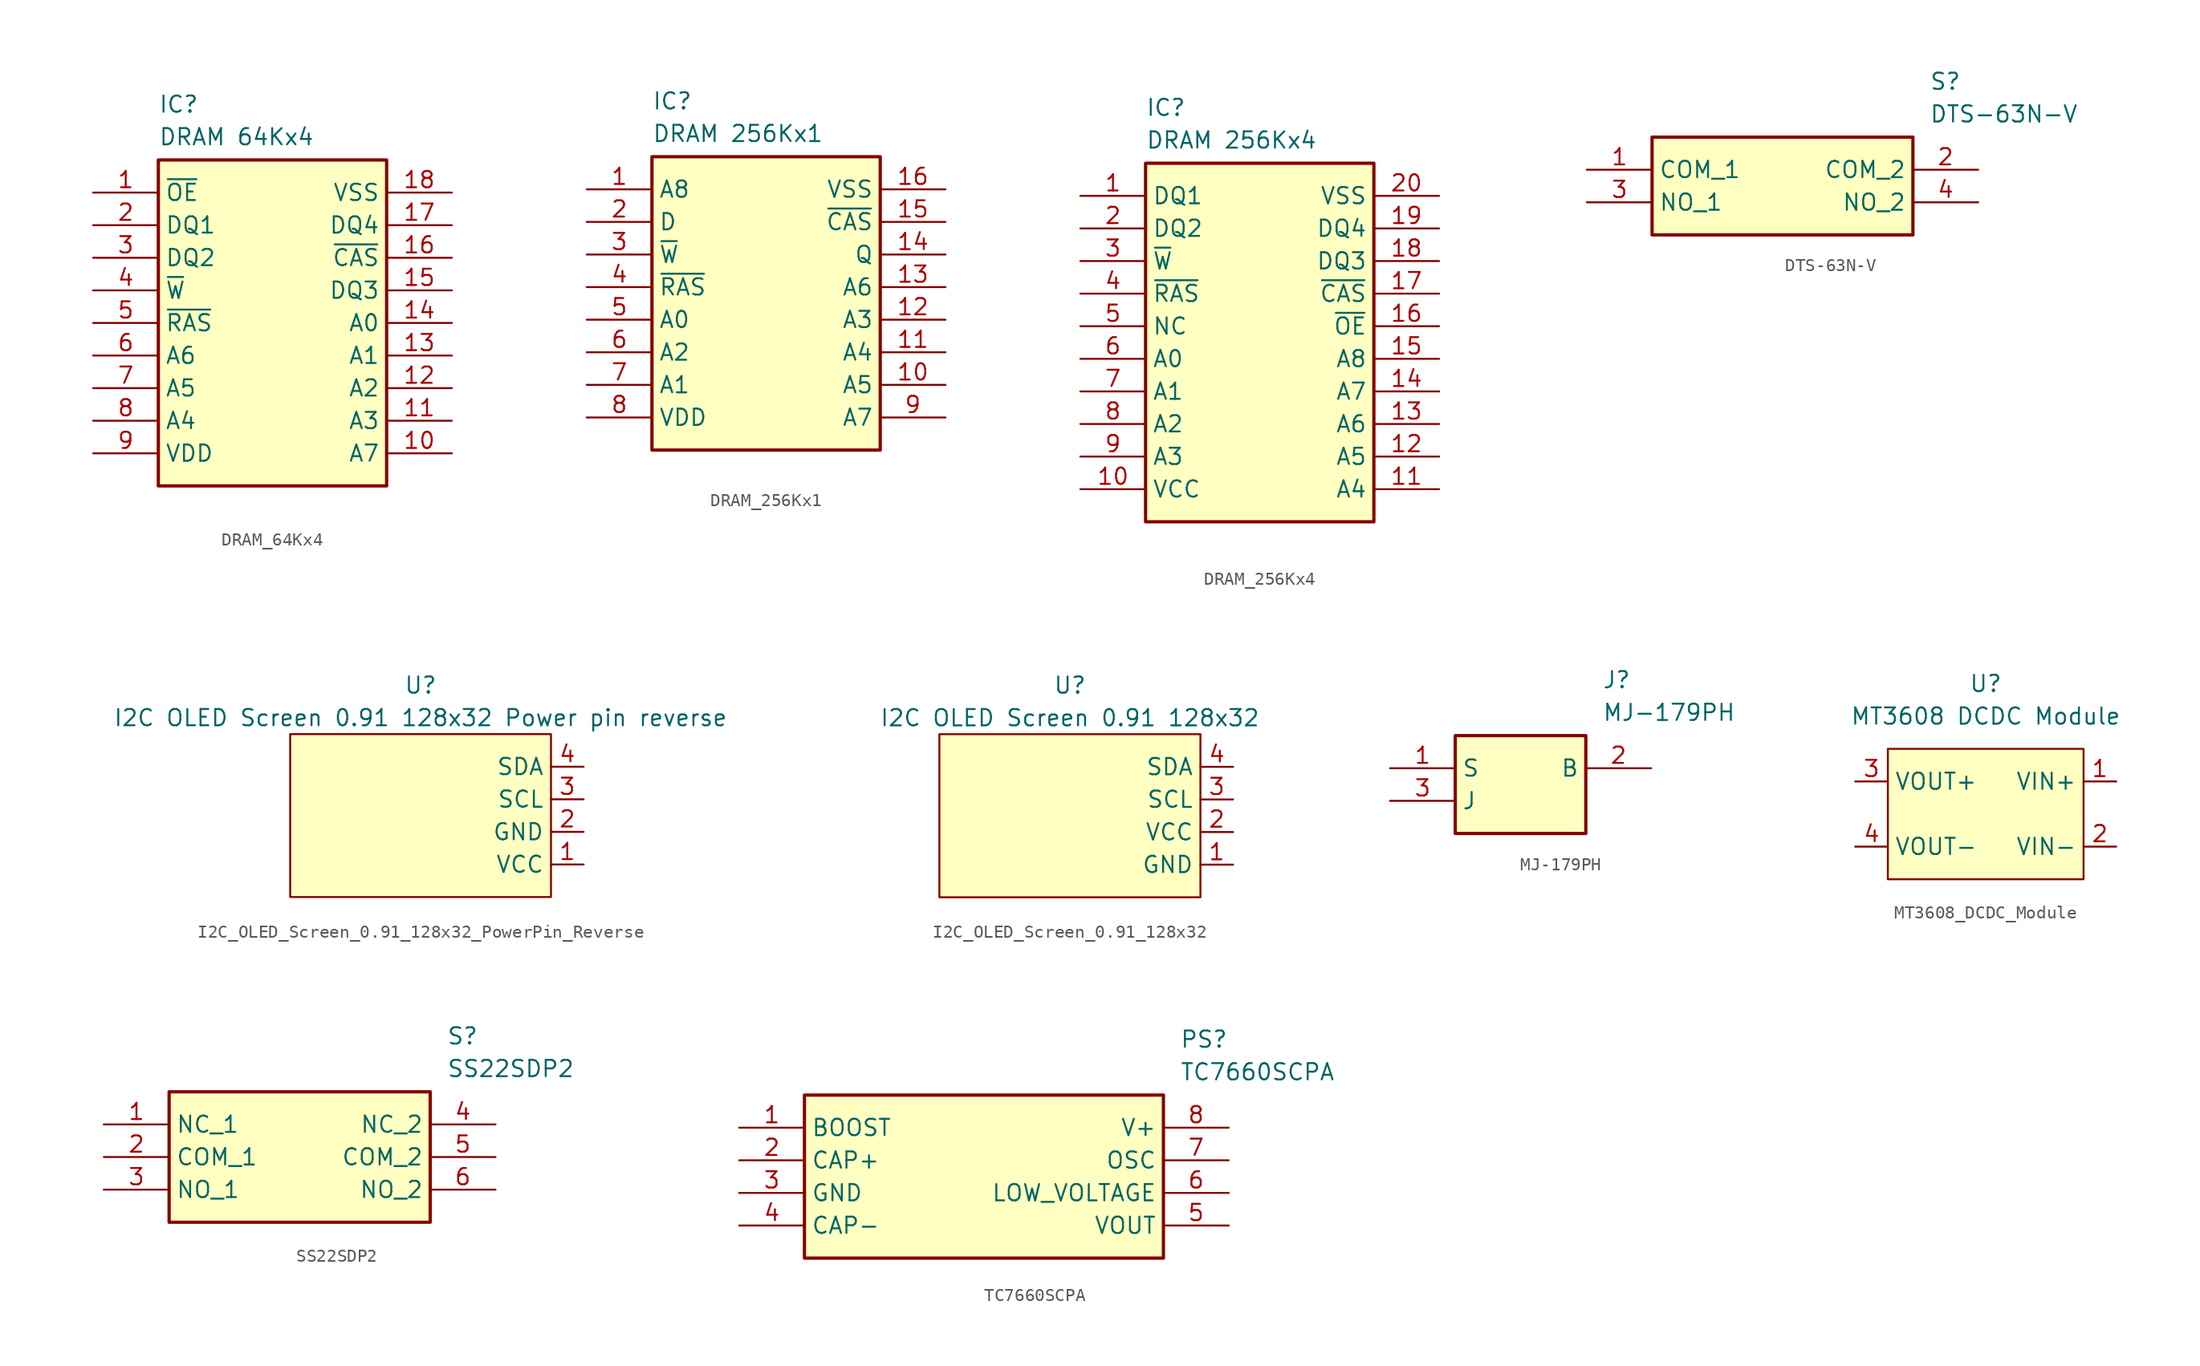
<source format=kicad_sym>
(kicad_symbol_lib
  (version 20220914)
  (generator kicad_symbol_editor)
  (symbol "DRAM_64Kx4"
    (property "Reference" "IC"
      (at -8.89 17.78 0)
      (effects (font (size 1.27 1.27)) (justify left top)))
    (property "Value" "DRAM 64Kx4"
      (at -8.89 15.24 0)
      (effects (font (size 1.27 1.27)) (justify left top)))
    (symbol "DRAM_64Kx4_1_1"
      (rectangle (start -8.89 12.7) (end 8.89 -12.7) (stroke (width 0.254) (type default)) (fill (type background)))
      (pin passive line (at -13.97 10.16 0) (length 5.08) (name "~{OE}" (effects (font (size 1.27 1.27)))) (number "1" (effects (font (size 1.27 1.27)))))
      (pin passive line (at 13.97 -10.16 180) (length 5.08) (name "A7" (effects (font (size 1.27 1.27)))) (number "10" (effects (font (size 1.27 1.27)))))
      (pin passive line (at 13.97 -7.62 180) (length 5.08) (name "A3" (effects (font (size 1.27 1.27)))) (number "11" (effects (font (size 1.27 1.27)))))
      (pin passive line (at 13.97 -5.08 180) (length 5.08) (name "A2" (effects (font (size 1.27 1.27)))) (number "12" (effects (font (size 1.27 1.27)))))
      (pin passive line (at 13.97 -2.54 180) (length 5.08) (name "A1" (effects (font (size 1.27 1.27)))) (number "13" (effects (font (size 1.27 1.27)))))
      (pin passive line (at 13.97 0 180) (length 5.08) (name "A0" (effects (font (size 1.27 1.27)))) (number "14" (effects (font (size 1.27 1.27)))))
      (pin passive line (at 13.97 2.54 180) (length 5.08) (name "DQ3" (effects (font (size 1.27 1.27)))) (number "15" (effects (font (size 1.27 1.27)))))
      (pin passive line (at 13.97 5.08 180) (length 5.08) (name "~{CAS}" (effects (font (size 1.27 1.27)))) (number "16" (effects (font (size 1.27 1.27)))))
      (pin passive line (at 13.97 7.62 180) (length 5.08) (name "DQ4" (effects (font (size 1.27 1.27)))) (number "17" (effects (font (size 1.27 1.27)))))
      (pin power_in line (at 13.97 10.16 180) (length 5.08) (name "VSS" (effects (font (size 1.27 1.27)))) (number "18" (effects (font (size 1.27 1.27)))))
      (pin passive line (at -13.97 7.62 0) (length 5.08) (name "DQ1" (effects (font (size 1.27 1.27)))) (number "2" (effects (font (size 1.27 1.27)))))
      (pin passive line (at -13.97 5.08 0) (length 5.08) (name "DQ2" (effects (font (size 1.27 1.27)))) (number "3" (effects (font (size 1.27 1.27)))))
      (pin passive line (at -13.97 2.54 0) (length 5.08) (name "~{W}" (effects (font (size 1.27 1.27)))) (number "4" (effects (font (size 1.27 1.27)))))
      (pin passive line (at -13.97 0 0) (length 5.08) (name "~{RAS}" (effects (font (size 1.27 1.27)))) (number "5" (effects (font (size 1.27 1.27)))))
      (pin passive line (at -13.97 -2.54 0) (length 5.08) (name "A6" (effects (font (size 1.27 1.27)))) (number "6" (effects (font (size 1.27 1.27)))))
      (pin passive line (at -13.97 -5.08 0) (length 5.08) (name "A5" (effects (font (size 1.27 1.27)))) (number "7" (effects (font (size 1.27 1.27)))))
      (pin passive line (at -13.97 -7.62 0) (length 5.08) (name "A4" (effects (font (size 1.27 1.27)))) (number "8" (effects (font (size 1.27 1.27)))))
      (pin power_in line (at -13.97 -10.16 0) (length 5.08) (name "VDD" (effects (font (size 1.27 1.27)))) (number "9" (effects (font (size 1.27 1.27)))))))
  (symbol "DRAM_256Kx1"
    (property "Reference" "IC"
      (at -8.89 16.51 0)
      (effects (font (size 1.27 1.27)) (justify left top)))
    (property "Value" "DRAM 256Kx1"
      (at -8.89 13.97 0)
      (effects (font (size 1.27 1.27)) (justify left top)))
    (symbol "DRAM_256Kx1_1_1"
      (rectangle (start -8.89 11.43) (end 8.89 -11.43) (stroke (width 0.254) (type default)) (fill (type background)))
      (pin passive line (at -13.97 8.89 0) (length 5.08) (name "A8" (effects (font (size 1.27 1.27)))) (number "1" (effects (font (size 1.27 1.27)))))
      (pin passive line (at 13.97 -6.35 180) (length 5.08) (name "A5" (effects (font (size 1.27 1.27)))) (number "10" (effects (font (size 1.27 1.27)))))
      (pin passive line (at 13.97 -3.81 180) (length 5.08) (name "A4" (effects (font (size 1.27 1.27)))) (number "11" (effects (font (size 1.27 1.27)))))
      (pin passive line (at 13.97 -1.27 180) (length 5.08) (name "A3" (effects (font (size 1.27 1.27)))) (number "12" (effects (font (size 1.27 1.27)))))
      (pin passive line (at 13.97 1.27 180) (length 5.08) (name "A6" (effects (font (size 1.27 1.27)))) (number "13" (effects (font (size 1.27 1.27)))))
      (pin passive line (at 13.97 3.81 180) (length 5.08) (name "Q" (effects (font (size 1.27 1.27)))) (number "14" (effects (font (size 1.27 1.27)))))
      (pin passive line (at 13.97 6.35 180) (length 5.08) (name "~{CAS}" (effects (font (size 1.27 1.27)))) (number "15" (effects (font (size 1.27 1.27)))))
      (pin power_in line (at 13.97 8.89 180) (length 5.08) (name "VSS" (effects (font (size 1.27 1.27)))) (number "16" (effects (font (size 1.27 1.27)))))
      (pin passive line (at -13.97 6.35 0) (length 5.08) (name "D" (effects (font (size 1.27 1.27)))) (number "2" (effects (font (size 1.27 1.27)))))
      (pin passive line (at -13.97 3.81 0) (length 5.08) (name "~{W}" (effects (font (size 1.27 1.27)))) (number "3" (effects (font (size 1.27 1.27)))))
      (pin passive line (at -13.97 1.27 0) (length 5.08) (name "~{RAS}" (effects (font (size 1.27 1.27)))) (number "4" (effects (font (size 1.27 1.27)))))
      (pin passive line (at -13.97 -1.27 0) (length 5.08) (name "A0" (effects (font (size 1.27 1.27)))) (number "5" (effects (font (size 1.27 1.27)))))
      (pin passive line (at -13.97 -3.81 0) (length 5.08) (name "A2" (effects (font (size 1.27 1.27)))) (number "6" (effects (font (size 1.27 1.27)))))
      (pin passive line (at -13.97 -6.35 0) (length 5.08) (name "A1" (effects (font (size 1.27 1.27)))) (number "7" (effects (font (size 1.27 1.27)))))
      (pin power_in line (at -13.97 -8.89 0) (length 5.08) (name "VDD" (effects (font (size 1.27 1.27)))) (number "8" (effects (font (size 1.27 1.27)))))
      (pin passive line (at 13.97 -8.89 180) (length 5.08) (name "A7" (effects (font (size 1.27 1.27)))) (number "9" (effects (font (size 1.27 1.27)))))))
  (symbol "DRAM_256Kx4"
    (property "Reference" "IC"
      (at -8.89 19.05 0)
      (effects (font (size 1.27 1.27)) (justify left top)))
    (property "Value" "DRAM 256Kx4"
      (at -8.89 16.51 0)
      (effects (font (size 1.27 1.27)) (justify left top)))
    (symbol "DRAM_256Kx4_1_1"
      (rectangle (start -8.89 13.97) (end 8.89 -13.97) (stroke (width 0.254) (type default)) (fill (type background)))
      (pin passive line (at -13.97 11.43 0) (length 5.08) (name "DQ1" (effects (font (size 1.27 1.27)))) (number "1" (effects (font (size 1.27 1.27)))))
      (pin power_in line (at -13.97 -11.43 0) (length 5.08) (name "VCC" (effects (font (size 1.27 1.27)))) (number "10" (effects (font (size 1.27 1.27)))))
      (pin passive line (at 13.97 -11.43 180) (length 5.08) (name "A4" (effects (font (size 1.27 1.27)))) (number "11" (effects (font (size 1.27 1.27)))))
      (pin passive line (at 13.97 -8.89 180) (length 5.08) (name "A5" (effects (font (size 1.27 1.27)))) (number "12" (effects (font (size 1.27 1.27)))))
      (pin passive line (at 13.97 -6.35 180) (length 5.08) (name "A6" (effects (font (size 1.27 1.27)))) (number "13" (effects (font (size 1.27 1.27)))))
      (pin passive line (at 13.97 -3.81 180) (length 5.08) (name "A7" (effects (font (size 1.27 1.27)))) (number "14" (effects (font (size 1.27 1.27)))))
      (pin passive line (at 13.97 -1.27 180) (length 5.08) (name "A8" (effects (font (size 1.27 1.27)))) (number "15" (effects (font (size 1.27 1.27)))))
      (pin passive line (at 13.97 1.27 180) (length 5.08) (name "~{OE}" (effects (font (size 1.27 1.27)))) (number "16" (effects (font (size 1.27 1.27)))))
      (pin passive line (at 13.97 3.81 180) (length 5.08) (name "~{CAS}" (effects (font (size 1.27 1.27)))) (number "17" (effects (font (size 1.27 1.27)))))
      (pin passive line (at 13.97 6.35 180) (length 5.08) (name "DQ3" (effects (font (size 1.27 1.27)))) (number "18" (effects (font (size 1.27 1.27)))))
      (pin passive line (at 13.97 8.89 180) (length 5.08) (name "DQ4" (effects (font (size 1.27 1.27)))) (number "19" (effects (font (size 1.27 1.27)))))
      (pin passive line (at -13.97 8.89 0) (length 5.08) (name "DQ2" (effects (font (size 1.27 1.27)))) (number "2" (effects (font (size 1.27 1.27)))))
      (pin power_in line (at 13.97 11.43 180) (length 5.08) (name "VSS" (effects (font (size 1.27 1.27)))) (number "20" (effects (font (size 1.27 1.27)))))
      (pin passive line (at -13.97 6.35 0) (length 5.08) (name "~{W}" (effects (font (size 1.27 1.27)))) (number "3" (effects (font (size 1.27 1.27)))))
      (pin passive line (at -13.97 3.81 0) (length 5.08) (name "~{RAS}" (effects (font (size 1.27 1.27)))) (number "4" (effects (font (size 1.27 1.27)))))
      (pin passive line (at -13.97 1.27 0) (length 5.08) (name "NC" (effects (font (size 1.27 1.27)))) (number "5" (effects (font (size 1.27 1.27)))))
      (pin passive line (at -13.97 -1.27 0) (length 5.08) (name "A0" (effects (font (size 1.27 1.27)))) (number "6" (effects (font (size 1.27 1.27)))))
      (pin passive line (at -13.97 -3.81 0) (length 5.08) (name "A1" (effects (font (size 1.27 1.27)))) (number "7" (effects (font (size 1.27 1.27)))))
      (pin passive line (at -13.97 -6.35 0) (length 5.08) (name "A2" (effects (font (size 1.27 1.27)))) (number "8" (effects (font (size 1.27 1.27)))))
      (pin passive line (at -13.97 -8.89 0) (length 5.08) (name "A3" (effects (font (size 1.27 1.27)))) (number "9" (effects (font (size 1.27 1.27)))))))
  (symbol "DTS-63N-V"
    (property "Reference" "S"
      (at 26.67 7.62 0)
      (effects (font (size 1.27 1.27)) (justify left top)))
    (property "Value" "DTS-63N-V"
      (at 26.67 5.08 0)
      (effects (font (size 1.27 1.27)) (justify left top)))
    (symbol "DTS-63N-V_1_1"
      (rectangle (start 5.08 2.54) (end 25.4 -5.08) (stroke (width 0.254) (type default)) (fill (type background)))
      (pin passive line (at 0 0 0) (length 5.08) (name "COM_1" (effects (font (size 1.27 1.27)))) (number "1" (effects (font (size 1.27 1.27)))))
      (pin passive line (at 30.48 0 180) (length 5.08) (name "COM_2" (effects (font (size 1.27 1.27)))) (number "2" (effects (font (size 1.27 1.27)))))
      (pin passive line (at 0 -2.54 0) (length 5.08) (name "NO_1" (effects (font (size 1.27 1.27)))) (number "3" (effects (font (size 1.27 1.27)))))
      (pin passive line (at 30.48 -2.54 180) (length 5.08) (name "NO_2" (effects (font (size 1.27 1.27)))) (number "4" (effects (font (size 1.27 1.27)))))))
  (symbol "I2C_OLED_Screen_0.91_128x32_PowerPin_Reverse"
    (property "Reference" "U"
      (at 0 5.08 0)
      (effects (font (size 1.27 1.27))))
    (property "Value" "I2C OLED Screen 0.91 128x32 Power pin reverse"
      (at 0 2.54 0)
      (effects (font (size 1.27 1.27))))
    (symbol "I2C_OLED_Screen_0.91_128x32_PowerPin_Reverse_1_1"
      (rectangle (start -10.16 1.27) (end 10.16 -11.43) (stroke (width 0) (type default)) (fill (type background)))
      (pin power_in line (at 12.7 -8.89 180) (length 2.54) (name "VCC" (effects (font (size 1.27 1.27)))) (number "1" (effects (font (size 1.27 1.27)))))
      (pin power_in line (at 12.7 -6.35 180) (length 2.54) (name "GND" (effects (font (size 1.27 1.27)))) (number "2" (effects (font (size 1.27 1.27)))))
      (pin bidirectional line (at 12.7 -3.81 180) (length 2.54) (name "SCL" (effects (font (size 1.27 1.27)))) (number "3" (effects (font (size 1.27 1.27)))))
      (pin bidirectional line (at 12.7 -1.27 180) (length 2.54) (name "SDA" (effects (font (size 1.27 1.27)))) (number "4" (effects (font (size 1.27 1.27)))))))
  (symbol "I2C_OLED_Screen_0.91_128x32"
    (property "Reference" "U"
      (at 0 5.08 0)
      (effects (font (size 1.27 1.27))))
    (property "Value" "I2C OLED Screen 0.91 128x32"
      (at 0 2.54 0)
      (effects (font (size 1.27 1.27))))
    (symbol "I2C_OLED_Screen_0.91_128x32_1_1"
      (rectangle (start -10.16 1.27) (end 10.16 -11.43) (stroke (width 0) (type default)) (fill (type background)))
      (pin power_in line (at 12.7 -8.89 180) (length 2.54) (name "GND" (effects (font (size 1.27 1.27)))) (number "1" (effects (font (size 1.27 1.27)))))
      (pin power_in line (at 12.7 -6.35 180) (length 2.54) (name "VCC" (effects (font (size 1.27 1.27)))) (number "2" (effects (font (size 1.27 1.27)))))
      (pin bidirectional line (at 12.7 -3.81 180) (length 2.54) (name "SCL" (effects (font (size 1.27 1.27)))) (number "3" (effects (font (size 1.27 1.27)))))
      (pin bidirectional line (at 12.7 -1.27 180) (length 2.54) (name "SDA" (effects (font (size 1.27 1.27)))) (number "4" (effects (font (size 1.27 1.27)))))))
  (symbol "MJ-179PH"
    (property "Reference" "J"
      (at 16.51 7.62 0)
      (effects (font (size 1.27 1.27)) (justify left top)))
    (property "Value" "MJ-179PH"
      (at 16.51 5.08 0)
      (effects (font (size 1.27 1.27)) (justify left top)))
    (symbol "MJ-179PH_1_1"
      (rectangle (start 5.08 2.54) (end 15.24 -5.08) (stroke (width 0.254) (type default)) (fill (type background)))
      (pin passive line (at 0 0 0) (length 5.08) (name "S" (effects (font (size 1.27 1.27)))) (number "1" (effects (font (size 1.27 1.27)))))
      (pin passive line (at 20.32 0 180) (length 5.08) (name "B" (effects (font (size 1.27 1.27)))) (number "2" (effects (font (size 1.27 1.27)))))
      (pin passive line (at 0 -2.54 0) (length 5.08) (name "J" (effects (font (size 1.27 1.27)))) (number "3" (effects (font (size 1.27 1.27)))))))
  (symbol "MT3608_DCDC_Module"
    (property "Reference" "U"
      (at 0 10.16 0)
      (effects (font (size 1.27 1.27))))
    (property "Value" "MT3608 DCDC Module"
      (at 0 7.62 0)
      (effects (font (size 1.27 1.27))))
    (symbol "MT3608_DCDC_Module_1_1"
      (rectangle (start -7.62 5.08) (end 7.62 -5.08) (stroke (width 0) (type default)) (fill (type background)))
      (pin power_in line (at 10.16 2.54 180) (length 2.54) (name "VIN+" (effects (font (size 1.27 1.27)))) (number "1" (effects (font (size 1.27 1.27)))))
      (pin power_in line (at 10.16 -2.54 180) (length 2.54) (name "VIN-" (effects (font (size 1.27 1.27)))) (number "2" (effects (font (size 1.27 1.27)))))
      (pin power_out line (at -10.16 2.54 0) (length 2.54) (name "VOUT+" (effects (font (size 1.27 1.27)))) (number "3" (effects (font (size 1.27 1.27)))))
      (pin power_out line (at -10.16 -2.54 0) (length 2.54) (name "VOUT-" (effects (font (size 1.27 1.27)))) (number "4" (effects (font (size 1.27 1.27)))))))
  (symbol "SS22SDP2"
    (property "Reference" "S"
      (at 26.67 7.62 0)
      (effects (font (size 1.27 1.27)) (justify left top)))
    (property "Value" "SS22SDP2"
      (at 26.67 5.08 0)
      (effects (font (size 1.27 1.27)) (justify left top)))
    (symbol "SS22SDP2_1_1"
      (rectangle (start 5.08 2.54) (end 25.4 -7.62) (stroke (width 0.254) (type default)) (fill (type background)))
      (pin passive line (at 0 0 0) (length 5.08) (name "NC_1" (effects (font (size 1.27 1.27)))) (number "1" (effects (font (size 1.27 1.27)))))
      (pin passive line (at 0 -2.54 0) (length 5.08) (name "COM_1" (effects (font (size 1.27 1.27)))) (number "2" (effects (font (size 1.27 1.27)))))
      (pin passive line (at 0 -5.08 0) (length 5.08) (name "NO_1" (effects (font (size 1.27 1.27)))) (number "3" (effects (font (size 1.27 1.27)))))
      (pin passive line (at 30.48 0 180) (length 5.08) (name "NC_2" (effects (font (size 1.27 1.27)))) (number "4" (effects (font (size 1.27 1.27)))))
      (pin passive line (at 30.48 -2.54 180) (length 5.08) (name "COM_2" (effects (font (size 1.27 1.27)))) (number "5" (effects (font (size 1.27 1.27)))))
      (pin passive line (at 30.48 -5.08 180) (length 5.08) (name "NO_2" (effects (font (size 1.27 1.27)))) (number "6" (effects (font (size 1.27 1.27)))))))
  (symbol "TC7660SCPA"
    (property "Reference" "PS"
      (at 34.29 7.62 0)
      (effects (font (size 1.27 1.27)) (justify left top)))
    (property "Value" "TC7660SCPA"
      (at 34.29 5.08 0)
      (effects (font (size 1.27 1.27)) (justify left top)))
    (symbol "TC7660SCPA_1_1"
      (rectangle (start 5.08 2.54) (end 33.02 -10.16) (stroke (width 0.254) (type default)) (fill (type background)))
      (pin passive line (at 0 0 0) (length 5.08) (name "BOOST" (effects (font (size 1.27 1.27)))) (number "1" (effects (font (size 1.27 1.27)))))
      (pin passive line (at 0 -2.54 0) (length 5.08) (name "CAP+" (effects (font (size 1.27 1.27)))) (number "2" (effects (font (size 1.27 1.27)))))
      (pin passive line (at 0 -5.08 0) (length 5.08) (name "GND" (effects (font (size 1.27 1.27)))) (number "3" (effects (font (size 1.27 1.27)))))
      (pin passive line (at 0 -7.62 0) (length 5.08) (name "CAP-" (effects (font (size 1.27 1.27)))) (number "4" (effects (font (size 1.27 1.27)))))
      (pin power_out line (at 38.1 -7.62 180) (length 5.08) (name "VOUT" (effects (font (size 1.27 1.27)))) (number "5" (effects (font (size 1.27 1.27)))))
      (pin passive line (at 38.1 -5.08 180) (length 5.08) (name "LOW_VOLTAGE" (effects (font (size 1.27 1.27)))) (number "6" (effects (font (size 1.27 1.27)))))
      (pin passive line (at 38.1 -2.54 180) (length 5.08) (name "OSC" (effects (font (size 1.27 1.27)))) (number "7" (effects (font (size 1.27 1.27)))))
      (pin power_in line (at 38.1 0 180) (length 5.08) (name "V+" (effects (font (size 1.27 1.27)))) (number "8" (effects (font (size 1.27 1.27))))))))
</source>
